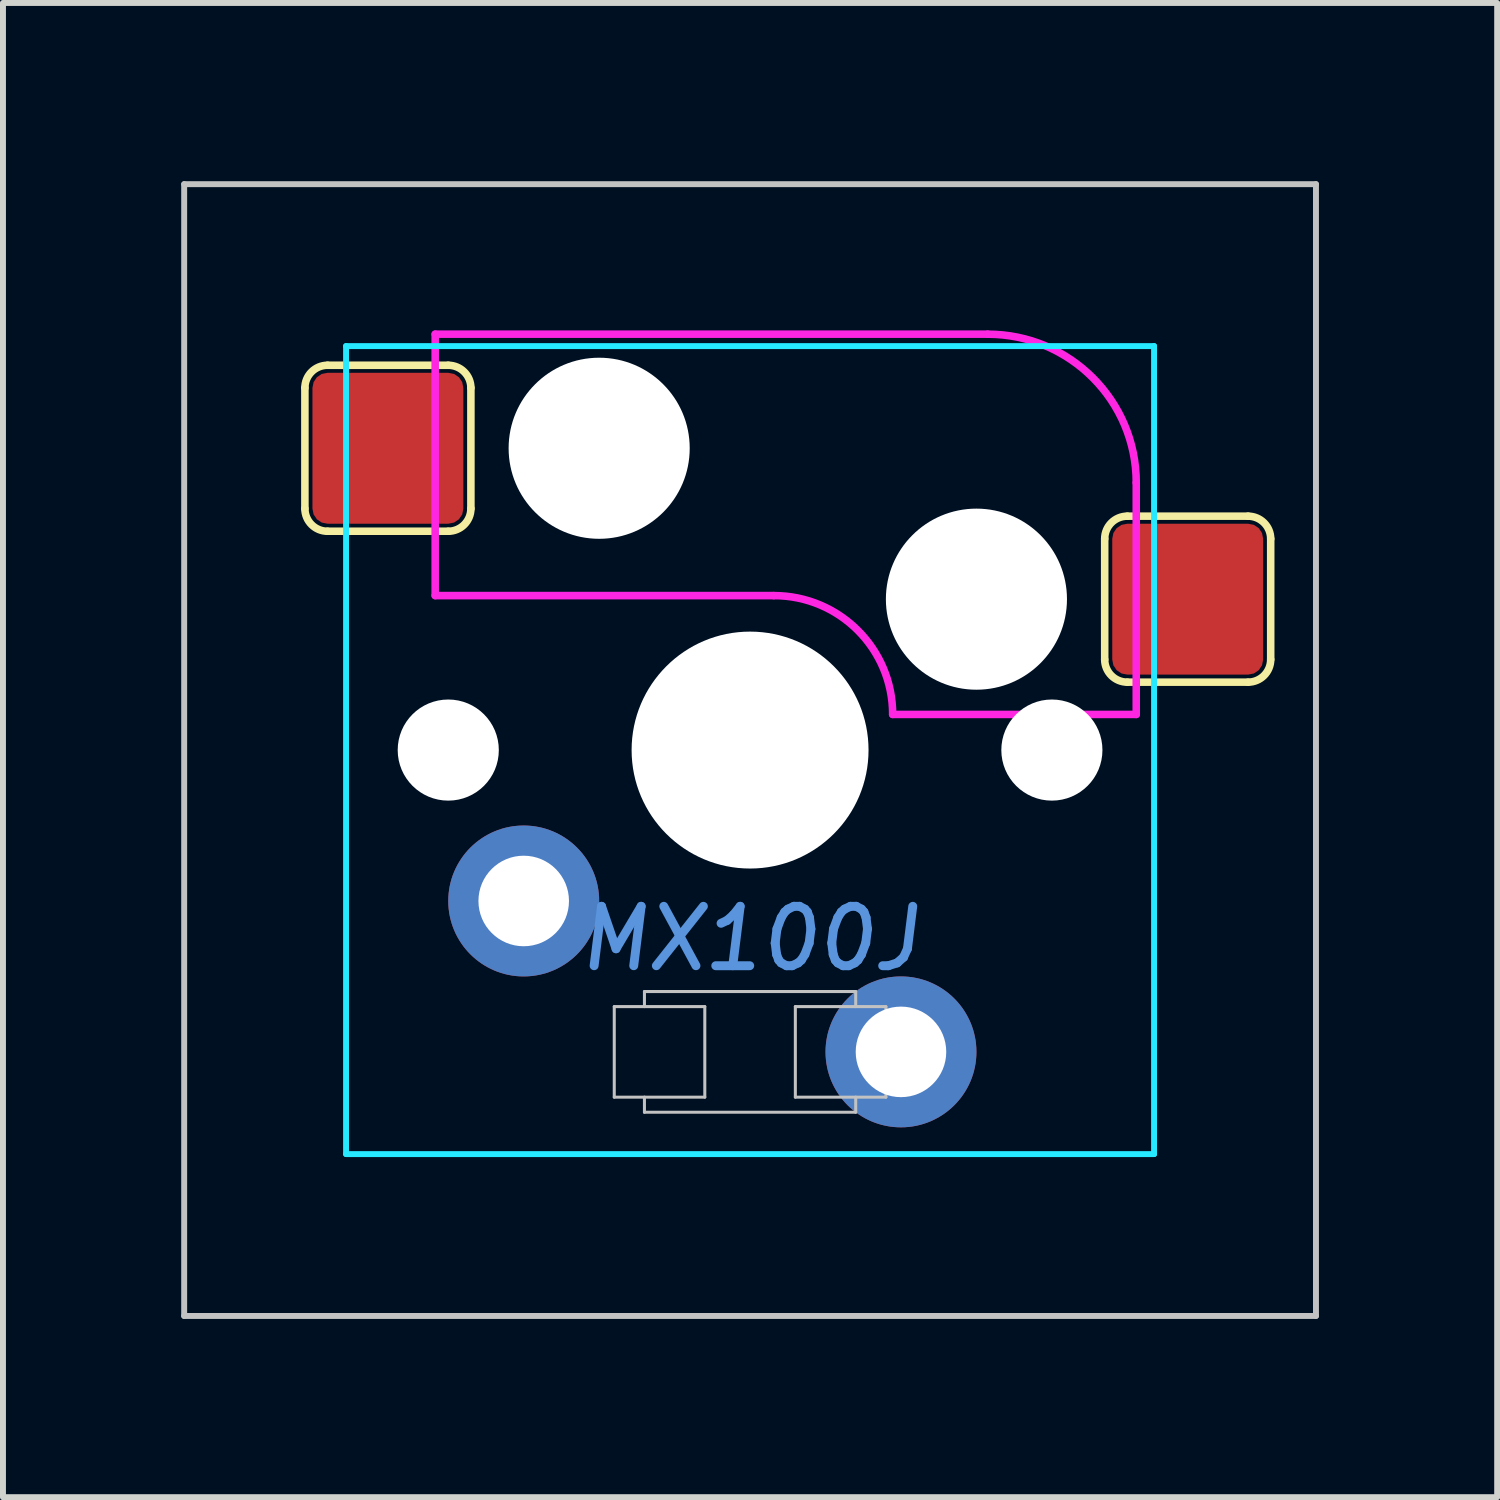
<source format=kicad_pcb>
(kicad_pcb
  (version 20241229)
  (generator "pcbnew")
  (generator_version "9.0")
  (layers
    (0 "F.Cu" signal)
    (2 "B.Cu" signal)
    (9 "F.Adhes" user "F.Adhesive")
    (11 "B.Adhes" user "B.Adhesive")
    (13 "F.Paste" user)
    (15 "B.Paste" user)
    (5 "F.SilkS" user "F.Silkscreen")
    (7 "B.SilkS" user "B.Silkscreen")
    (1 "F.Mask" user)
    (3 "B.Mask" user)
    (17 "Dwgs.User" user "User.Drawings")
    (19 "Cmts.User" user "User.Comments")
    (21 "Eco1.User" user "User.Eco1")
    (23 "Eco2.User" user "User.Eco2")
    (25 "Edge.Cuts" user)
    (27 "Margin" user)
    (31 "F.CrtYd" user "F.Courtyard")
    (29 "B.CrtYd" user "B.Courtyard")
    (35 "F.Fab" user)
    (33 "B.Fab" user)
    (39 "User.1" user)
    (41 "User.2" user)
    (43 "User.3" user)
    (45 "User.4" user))
  (footprint "MX100J"
    (layer "F.Cu")
    (at 9.575 9.575)
    (property "Reference" "MX100J" (at 0 3.175 0) (layer "Cmts.User") (effects (font (size 1 1) (thickness 0.15) (italic yes))))
    (attr smd)
    (fp_line (start -7.493 -6.096) (end -7.493 -4.064) (stroke (width 0.127) (type solid)) (layer "F.SilkS"))
    (fp_line (start -5.08 -6.477) (end -7.112 -6.477) (stroke (width 0.127) (type solid)) (layer "F.SilkS"))
    (fp_line (start -5.08 -3.683) (end -7.112 -3.683) (stroke (width 0.127) (type solid)) (layer "F.SilkS"))
    (fp_line (start -4.699 -6.096) (end -4.699 -4.064) (stroke (width 0.127) (type solid)) (layer "F.SilkS"))
    (fp_line (start 5.969 -3.556) (end 5.969 -1.524) (stroke (width 0.127) (type solid)) (layer "F.SilkS"))
    (fp_line (start 8.382 -3.937) (end 6.35 -3.937) (stroke (width 0.127) (type solid)) (layer "F.SilkS"))
    (fp_line (start 8.382 -1.143) (end 6.35 -1.143) (stroke (width 0.127) (type solid)) (layer "F.SilkS"))
    (fp_line (start 8.763 -3.556) (end 8.763 -1.524) (stroke (width 0.127) (type solid)) (layer "F.SilkS"))
    (fp_arc (start -7.493 -6.096) (mid -7.381408 -6.365408) (end -7.112 -6.477) (stroke (width 0.127) (type solid)) (layer "F.SilkS"))
    (fp_arc (start -7.112 -3.683) (mid -7.381408 -3.794592) (end -7.493 -4.064) (stroke (width 0.127) (type solid)) (layer "F.SilkS"))
    (fp_arc (start -5.08 -6.477) (mid -4.810592 -6.365408) (end -4.699 -6.096) (stroke (width 0.127) (type solid)) (layer "F.SilkS"))
    (fp_arc (start -4.699 -4.064) (mid -4.810592 -3.794592) (end -5.08 -3.683) (stroke (width 0.127) (type solid)) (layer "F.SilkS"))
    (fp_arc (start 5.969 -3.556) (mid 6.080592 -3.825408) (end 6.35 -3.937) (stroke (width 0.127) (type solid)) (layer "F.SilkS"))
    (fp_arc (start 6.35 -1.143) (mid 6.080592 -1.254592) (end 5.969 -1.524) (stroke (width 0.127) (type solid)) (layer "F.SilkS"))
    (fp_arc (start 8.382 -3.937) (mid 8.651408 -3.825408) (end 8.763 -3.556) (stroke (width 0.127) (type solid)) (layer "F.SilkS"))
    (fp_arc (start 8.763 -1.524) (mid 8.651408 -1.254592) (end 8.382 -1.143) (stroke (width 0.127) (type solid)) (layer "F.SilkS"))
    (fp_line (start -9.525 -9.525) (end -9.525 9.525) (stroke (width 0.1) (type solid)) (layer "Dwgs.User"))
    (fp_line (start -9.525 -9.525) (end 9.525 -9.525) (stroke (width 0.1) (type solid)) (layer "Dwgs.User"))
    (fp_line (start -9.525 9.525) (end 9.525 9.525) (stroke (width 0.1) (type solid)) (layer "Dwgs.User"))
    (fp_line (start -2.286 4.318) (end -2.286 5.842) (stroke (width 0.051) (type solid)) (layer "Dwgs.User"))
    (fp_line (start -2.286 5.842) (end -0.762 5.842) (stroke (width 0.051) (type solid)) (layer "Dwgs.User"))
    (fp_line (start -1.778 4.064) (end -1.778 4.318) (stroke (width 0.051) (type solid)) (layer "Dwgs.User"))
    (fp_line (start -1.778 6.096) (end -1.778 5.842) (stroke (width 0.051) (type solid)) (layer "Dwgs.User"))
    (fp_line (start -1.778 6.096) (end 1.778 6.096) (stroke (width 0.051) (type solid)) (layer "Dwgs.User"))
    (fp_line (start -0.762 4.318) (end -2.286 4.318) (stroke (width 0.051) (type solid)) (layer "Dwgs.User"))
    (fp_line (start -0.762 5.842) (end -0.762 4.318) (stroke (width 0.051) (type solid)) (layer "Dwgs.User"))
    (fp_line (start 0.762 4.318) (end 2.286 4.318) (stroke (width 0.051) (type solid)) (layer "Dwgs.User"))
    (fp_line (start 0.762 5.842) (end 0.762 4.318) (stroke (width 0.051) (type solid)) (layer "Dwgs.User"))
    (fp_line (start 1.778 4.064) (end -1.778 4.064) (stroke (width 0.051) (type solid)) (layer "Dwgs.User"))
    (fp_line (start 1.778 4.318) (end 1.778 4.064) (stroke (width 0.051) (type solid)) (layer "Dwgs.User"))
    (fp_line (start 1.778 6.096) (end 1.778 5.842) (stroke (width 0.051) (type solid)) (layer "Dwgs.User"))
    (fp_line (start 2.286 4.318) (end 2.286 5.842) (stroke (width 0.051) (type solid)) (layer "Dwgs.User"))
    (fp_line (start 2.286 5.842) (end 0.762 5.842) (stroke (width 0.051) (type solid)) (layer "Dwgs.User"))
    (fp_line (start 9.525 9.525) (end 9.525 -9.525) (stroke (width 0.1) (type solid)) (layer "Dwgs.User"))
    (fp_line (start -8.001 -5.715) (end -8.001 -3.175) (stroke (width 0.1) (type solid)) (layer "Eco1.User"))
    (fp_line (start -8.001 5.715) (end -8.001 3.175) (stroke (width 0.1) (type solid)) (layer "Eco1.User"))
    (fp_line (start -7.747 -5.969) (end -7.239 -5.969) (stroke (width 0.1) (type solid)) (layer "Eco1.User"))
    (fp_line (start -7.747 -2.921) (end -7.239 -2.921) (stroke (width 0.1) (type solid)) (layer "Eco1.User"))
    (fp_line (start -7.747 2.921) (end -7.239 2.921) (stroke (width 0.1) (type solid)) (layer "Eco1.User"))
    (fp_line (start -7.747 5.969) (end -7.239 5.969) (stroke (width 0.1) (type solid)) (layer "Eco1.User"))
    (fp_line (start -6.985 -6.223) (end -6.985 -6.731) (stroke (width 0.1) (type solid)) (layer "Eco1.User"))
    (fp_line (start -6.985 -2.667) (end -6.985 2.667) (stroke (width 0.1) (type solid)) (layer "Eco1.User"))
    (fp_line (start -6.985 6.223) (end -6.985 6.731) (stroke (width 0.1) (type solid)) (layer "Eco1.User"))
    (fp_line (start -2.159 0) (end 2.159 0) (stroke (width 0.1) (type solid)) (layer "Eco1.User"))
    (fp_line (start 0 -2.286) (end 0 2.286) (stroke (width 0.1) (type solid)) (layer "Eco1.User"))
    (fp_line (start 6.731 -6.985) (end -6.731 -6.985) (stroke (width 0.1) (type solid)) (layer "Eco1.User"))
    (fp_line (start 6.731 6.985) (end -6.731 6.985) (stroke (width 0.1) (type solid)) (layer "Eco1.User"))
    (fp_line (start 6.985 -6.223) (end 6.985 -6.731) (stroke (width 0.1) (type solid)) (layer "Eco1.User"))
    (fp_line (start 6.985 2.667) (end 6.985 -2.667) (stroke (width 0.1) (type solid)) (layer "Eco1.User"))
    (fp_line (start 6.985 6.223) (end 6.985 6.731) (stroke (width 0.1) (type solid)) (layer "Eco1.User"))
    (fp_line (start 7.747 -5.969) (end 7.239 -5.969) (stroke (width 0.1) (type solid)) (layer "Eco1.User"))
    (fp_line (start 7.747 -2.921) (end 7.239 -2.921) (stroke (width 0.1) (type solid)) (layer "Eco1.User"))
    (fp_line (start 7.747 2.921) (end 7.239 2.921) (stroke (width 0.1) (type solid)) (layer "Eco1.User"))
    (fp_line (start 7.747 5.969) (end 7.239 5.969) (stroke (width 0.1) (type solid)) (layer "Eco1.User"))
    (fp_line (start 8.001 -5.715) (end 8.001 -3.175) (stroke (width 0.1) (type solid)) (layer "Eco1.User"))
    (fp_line (start 8.001 5.715) (end 8.001 3.175) (stroke (width 0.1) (type solid)) (layer "Eco1.User"))
    (fp_arc (start -8.001 -5.715) (mid -7.926605 -5.894605) (end -7.747 -5.969) (stroke (width 0.1) (type solid)) (layer "Eco1.User"))
    (fp_arc (start -8.001 3.175) (mid -7.926605 2.995395) (end -7.747 2.921) (stroke (width 0.1) (type solid)) (layer "Eco1.User"))
    (fp_arc (start -7.747 -2.921) (mid -7.926605 -2.995395) (end -8.001 -3.175) (stroke (width 0.1) (type solid)) (layer "Eco1.User"))
    (fp_arc (start -7.747 5.969) (mid -7.926605 5.894605) (end -8.001 5.715) (stroke (width 0.1) (type solid)) (layer "Eco1.User"))
    (fp_arc (start -7.239 -2.921) (mid -7.059395 -2.846605) (end -6.985 -2.667) (stroke (width 0.1) (type solid)) (layer "Eco1.User"))
    (fp_arc (start -7.239 5.969) (mid -7.059395 6.043395) (end -6.985 6.223) (stroke (width 0.1) (type solid)) (layer "Eco1.User"))
    (fp_arc (start -6.985 -6.731) (mid -6.910605 -6.910605) (end -6.731 -6.985) (stroke (width 0.1) (type solid)) (layer "Eco1.User"))
    (fp_arc (start -6.985 -6.223) (mid -7.059395 -6.043395) (end -7.239 -5.969) (stroke (width 0.1) (type solid)) (layer "Eco1.User"))
    (fp_arc (start -6.985 2.667) (mid -7.059395 2.846605) (end -7.239 2.921) (stroke (width 0.1) (type solid)) (layer "Eco1.User"))
    (fp_arc (start -6.731 6.985) (mid -6.910605 6.910605) (end -6.985 6.731) (stroke (width 0.1) (type solid)) (layer "Eco1.User"))
    (fp_arc (start 6.731 -6.985) (mid 6.910605 -6.910605) (end 6.985 -6.731) (stroke (width 0.1) (type solid)) (layer "Eco1.User"))
    (fp_arc (start 6.985 -2.667) (mid 7.059395 -2.846605) (end 7.239 -2.921) (stroke (width 0.1) (type solid)) (layer "Eco1.User"))
    (fp_arc (start 6.985 6.223) (mid 7.059395 6.043395) (end 7.239 5.969) (stroke (width 0.1) (type solid)) (layer "Eco1.User"))
    (fp_arc (start 6.985 6.731) (mid 6.910605 6.910605) (end 6.731 6.985) (stroke (width 0.1) (type solid)) (layer "Eco1.User"))
    (fp_arc (start 7.239 -5.969) (mid 7.059395 -6.043395) (end 6.985 -6.223) (stroke (width 0.1) (type solid)) (layer "Eco1.User"))
    (fp_arc (start 7.239 2.921) (mid 7.059395 2.846605) (end 6.985 2.667) (stroke (width 0.1) (type solid)) (layer "Eco1.User"))
    (fp_arc (start 7.747 -5.969) (mid 7.926605 -5.894605) (end 8.001 -5.715) (stroke (width 0.1) (type solid)) (layer "Eco1.User"))
    (fp_arc (start 7.747 2.921) (mid 7.926605 2.995395) (end 8.001 3.175) (stroke (width 0.1) (type solid)) (layer "Eco1.User"))
    (fp_arc (start 8.001 -3.175) (mid 7.926605 -2.995395) (end 7.747 -2.921) (stroke (width 0.1) (type solid)) (layer "Eco1.User"))
    (fp_arc (start 8.001 5.715) (mid 7.926605 5.894605) (end 7.747 5.969) (stroke (width 0.1) (type solid)) (layer "Eco1.User"))
    (fp_circle (center 0 0) (end 1.905 0) (stroke (width 0.1) (type solid)) (fill no) (layer "Eco1.User"))
    (fp_line (start -6.8 -6.8) (end -6.8 6.8) (stroke (width 0.1) (type solid)) (layer "B.CrtYd"))
    (fp_line (start -6.8 -6.8) (end 6.8 -6.8) (stroke (width 0.1) (type solid)) (layer "B.CrtYd"))
    (fp_line (start 6.8 6.8) (end -6.8 6.8) (stroke (width 0.1) (type solid)) (layer "B.CrtYd"))
    (fp_line (start 6.8 6.8) (end 6.8 -6.8) (stroke (width 0.1) (type solid)) (layer "B.CrtYd"))
    (fp_line (start -5.3 -7) (end -5.3 -2.6) (stroke (width 0.127) (type solid)) (layer "F.CrtYd"))
    (fp_line (start -5.3 -7) (end 4 -7) (stroke (width 0.127) (type solid)) (layer "F.CrtYd"))
    (fp_line (start 0.4 -2.6) (end -5.3 -2.6) (stroke (width 0.127) (type solid)) (layer "F.CrtYd"))
    (fp_line (start 6.5 -4.5) (end 6.5 -0.6) (stroke (width 0.127) (type solid)) (layer "F.CrtYd"))
    (fp_line (start 6.5 -0.6) (end 2.4 -0.6) (stroke (width 0.127) (type solid)) (layer "F.CrtYd"))
    (fp_arc (start 0.4 -2.6) (mid 1.814214 -2.014214) (end 2.4 -0.6) (stroke (width 0.127) (type solid)) (layer "F.CrtYd"))
    (fp_arc (start 4 -7) (mid 5.767767 -6.267767) (end 6.5 -4.5) (stroke (width 0.127) (type solid)) (layer "F.CrtYd"))
    (pad "" np_thru_hole circle (at -5.08 0) (size 1.702 1.702) (drill 1.702) (layers "*.Cu" "*.Mask"))
    (pad "" thru_hole circle (at -3.81 2.54) (size 2.54 2.54) (drill 1.524) (layers "*.Cu" "*.Mask"))
    (pad "" np_thru_hole circle (at -2.54 -5.08) (size 3.048 3.048) (drill 3.048) (layers "*.Cu" "*.Mask"))
    (pad "" np_thru_hole circle (at 0 0) (size 3.988 3.988) (drill 3.988) (layers "*.Cu" "*.Mask"))
    (pad "" thru_hole circle (at 2.54 5.08) (size 2.54 2.54) (drill 1.524) (layers "*.Cu" "*.Mask"))
    (pad "" np_thru_hole circle (at 3.81 -2.54 90) (size 3.048 3.048) (drill 3.048) (layers "*.Cu" "*.Mask"))
    (pad "" np_thru_hole circle (at 5.08 0) (size 1.702 1.702) (drill 1.702) (layers "*.Cu" "*.Mask"))
    (pad "1" smd roundrect (at -6.096 -5.08) (size 2.54 2.54) (layers "F.Cu" "F.Mask") (roundrect_rratio 0.1))
    (pad "2" smd roundrect (at 7.366 -2.54) (size 2.54 2.54) (layers "F.Cu" "F.Mask") (roundrect_rratio 0.1)))
  (gr_rect
    (start -3 -3)
    (end 22.15 22.15)
    (stroke (width 0.1) (type default))
    (fill no)
    (layer "Edge.Cuts")))
</source>
